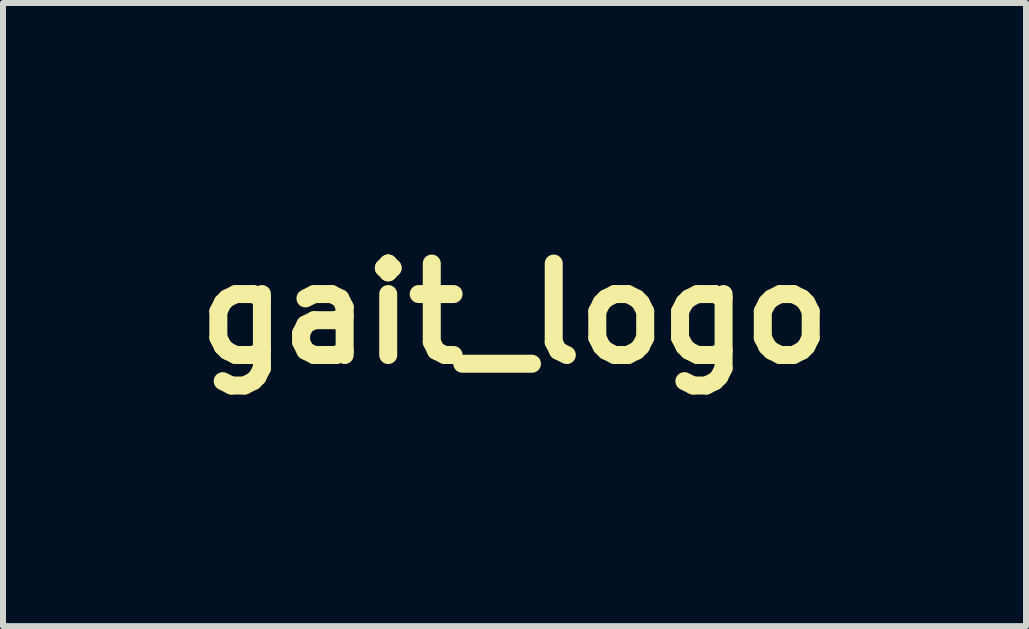
<source format=kicad_pcb>
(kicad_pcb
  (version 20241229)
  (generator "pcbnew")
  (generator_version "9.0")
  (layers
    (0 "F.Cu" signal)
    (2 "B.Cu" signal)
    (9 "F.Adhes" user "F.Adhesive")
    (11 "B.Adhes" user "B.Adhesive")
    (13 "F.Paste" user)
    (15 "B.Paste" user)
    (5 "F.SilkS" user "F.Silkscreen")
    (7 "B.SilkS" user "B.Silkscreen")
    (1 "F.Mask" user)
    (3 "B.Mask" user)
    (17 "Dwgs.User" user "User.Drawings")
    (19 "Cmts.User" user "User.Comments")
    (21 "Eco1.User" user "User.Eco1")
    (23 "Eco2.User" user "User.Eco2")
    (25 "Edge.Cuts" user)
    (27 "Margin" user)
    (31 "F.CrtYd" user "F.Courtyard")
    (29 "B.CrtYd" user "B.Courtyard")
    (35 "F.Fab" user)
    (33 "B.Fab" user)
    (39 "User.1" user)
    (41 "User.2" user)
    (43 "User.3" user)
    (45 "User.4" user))
  (footprint "gait_logo"
    (layer "F.Cu")
    (at 5.523 2.176)
    (property "Reference" "gait_logo" (at 0 0 0) (layer "F.SilkS") (effects (font (size 1.524 1.524) (thickness 0.3))))
    (attr through_hole)
    (fp_poly (pts (xy 1.65 -0.082) (xy 1.627 0.074) (xy 1.56 0.229) (xy 1.453 0.375) (xy 1.427 0.402) (xy 1.298 0.506) (xy 1.165 0.567) (xy 1.034 0.584) (xy 0.912 0.555) (xy 0.862 0.527) (xy 0.788 0.456) (xy 0.719 0.354) (xy 0.665 0.24) (xy 0.637 0.134) (xy 0.635 0.104) (xy 0.651 0.008) (xy 0.692 -0.064) (xy 0.753 -0.1) (xy 0.773 -0.102) (xy 0.817 -0.095) (xy 0.855 -0.069) (xy 0.895 -0.015) (xy 0.942 0.075) (xy 0.964 0.12) (xy 1.018 0.225) (xy 1.063 0.288) (xy 1.107 0.315) (xy 1.157 0.313) (xy 1.179 0.305) (xy 1.249 0.265) (xy 1.335 0.194) (xy 1.426 0.106) (xy 1.51 0.013) (xy 1.574 -0.075) (xy 1.589 -0.101) (xy 1.649 -0.216) (xy 1.65 -0.082)) (stroke (width 0.01) (type solid)) (fill yes) (layer "F.Mask"))
    (fp_poly (pts (xy -0.058 -0.712) (xy 0.031 -0.661) (xy 0.122 -0.593) (xy 0.205 -0.517) (xy 0.268 -0.443) (xy 0.302 -0.381) (xy 0.305 -0.363) (xy 0.29 -0.269) (xy 0.246 -0.216) (xy 0.176 -0.203) (xy 0.082 -0.231) (xy -0.033 -0.301) (xy -0.073 -0.331) (xy -0.156 -0.391) (xy -0.232 -0.435) (xy -0.285 -0.456) (xy -0.292 -0.457) (xy -0.349 -0.437) (xy -0.416 -0.381) (xy -0.432 -0.364) (xy -0.481 -0.298) (xy -0.535 -0.211) (xy -0.587 -0.115) (xy -0.63 -0.025) (xy -0.656 0.044) (xy -0.66 0.07) (xy -0.676 0.099) (xy -0.686 0.102) (xy -0.698 0.077) (xy -0.706 0.01) (xy -0.711 -0.094) (xy -0.711 -0.154) (xy -0.709 -0.289) (xy -0.7 -0.387) (xy -0.679 -0.461) (xy -0.644 -0.525) (xy -0.589 -0.591) (xy -0.575 -0.605) (xy -0.455 -0.706) (xy -0.33 -0.756) (xy -0.196 -0.756) (xy -0.058 -0.712)) (stroke (width 0.01) (type solid)) (fill yes) (layer "F.Mask"))
    (fp_poly (pts (xy -0.563 -2.17) (xy -0.474 -2.162) (xy -0.401 -2.145) (xy -0.326 -2.116) (xy -0.298 -2.103) (xy -0.154 -2.016) (xy -0.01 -1.897) (xy 0.119 -1.758) (xy 0.218 -1.616) (xy 0.225 -1.603) (xy 0.277 -1.489) (xy 0.319 -1.358) (xy 0.354 -1.2) (xy 0.383 -1.008) (xy 0.408 -0.775) (xy 0.412 -0.737) (xy 0.424 -0.599) (xy 0.434 -0.506) (xy 0.442 -0.452) (xy 0.45 -0.433) (xy 0.46 -0.441) (xy 0.472 -0.472) (xy 0.474 -0.476) (xy 0.534 -0.594) (xy 0.62 -0.668) (xy 0.729 -0.698) (xy 0.748 -0.699) (xy 0.861 -0.676) (xy 0.951 -0.617) (xy 1.01 -0.53) (xy 1.032 -0.426) (xy 1.012 -0.315) (xy 1.004 -0.297) (xy 0.937 -0.209) (xy 0.842 -0.152) (xy 0.735 -0.134) (xy 0.7 -0.138) (xy 0.622 -0.172) (xy 0.542 -0.235) (xy 0.483 -0.31) (xy 0.473 -0.33) (xy 0.467 -0.326) (xy 0.466 -0.28) (xy 0.47 -0.203) (xy 0.472 -0.181) (xy 0.516 0.115) (xy 0.605 0.405) (xy 0.714 0.646) (xy 0.835 0.921) (xy 0.91 1.178) (xy 0.938 1.419) (xy 0.92 1.646) (xy 0.903 1.724) (xy 0.834 1.896) (xy 0.731 2.031) (xy 0.595 2.128) (xy 0.428 2.185) (xy 0.307 2.2) (xy 0.21 2.201) (xy 0.124 2.196) (xy 0.076 2.188) (xy -0.067 2.124) (xy -0.192 2.029) (xy -0.247 1.973) (xy -0.326 1.88) (xy -0.384 1.792) (xy -0.43 1.689) (xy -0.472 1.568) (xy -0.499 1.487) (xy -0.522 1.444) (xy -0.553 1.425) (xy -0.602 1.421) (xy -0.608 1.421) (xy -0.699 1.419) (xy -0.617 1.378) (xy -0.562 1.345) (xy -0.545 1.308) (xy -0.55 1.272) (xy -0.564 1.221) (xy -0.572 1.199) (xy -0.594 1.21) (xy -0.652 1.244) (xy -0.739 1.297) (xy -0.847 1.365) (xy -0.955 1.434) (xy -1.08 1.513) (xy -1.19 1.581) (xy -1.28 1.633) (xy -1.341 1.667) (xy -1.365 1.676) (xy -1.393 1.667) (xy -1.393 1.638) (xy -1.363 1.585) (xy -1.301 1.508) (xy -1.205 1.402) (xy -1.074 1.266) (xy -1.029 1.22) (xy -0.989 1.179) (xy -0.472 1.179) (xy -0.472 1.18) (xy -0.46 1.238) (xy -0.458 1.265) (xy -0.438 1.27) (xy -0.385 1.254) (xy -0.311 1.221) (xy -0.226 1.176) (xy -0.14 1.127) (xy -0.065 1.076) (xy -0.038 1.056) (xy 0.01 1.01) (xy 0.022 0.976) (xy 0.01 0.948) (xy -0.03 0.907) (xy -0.085 0.898) (xy -0.161 0.923) (xy -0.266 0.981) (xy -0.305 1.007) (xy -0.395 1.069) (xy -0.448 1.114) (xy -0.471 1.148) (xy -0.472 1.179) (xy -0.989 1.179) (xy -0.88 1.067) (xy -0.77 0.948) (xy -0.697 0.861) (xy -0.663 0.806) (xy -0.66 0.794) (xy -0.671 0.73) (xy -0.699 0.635) (xy -0.74 0.525) (xy -0.786 0.415) (xy -0.834 0.32) (xy -0.844 0.302) (xy -0.885 0.243) (xy -0.951 0.156) (xy -1.035 0.052) (xy -1.13 -0.059) (xy -1.167 -0.102) (xy -1.342 -0.316) (xy -1.474 -0.516) (xy -1.567 -0.708) (xy -1.623 -0.899) (xy -1.643 -1.075) (xy -1.544 -1.075) (xy -1.524 -0.91) (xy -1.515 -0.87) (xy -1.479 -0.749) (xy -1.433 -0.637) (xy -1.372 -0.527) (xy -1.289 -0.407) (xy -1.179 -0.269) (xy -1.09 -0.164) (xy -0.963 -0.015) (xy -0.866 0.105) (xy -0.792 0.206) (xy -0.736 0.296) (xy -0.692 0.383) (xy -0.655 0.476) (xy -0.634 0.537) (xy -0.604 0.627) (xy -0.58 0.696) (xy -0.567 0.732) (xy -0.566 0.734) (xy -0.545 0.727) (xy -0.509 0.699) (xy -0.479 0.669) (xy -0.476 0.643) (xy -0.501 0.606) (xy -0.534 0.567) (xy -0.594 0.477) (xy -0.606 0.393) (xy -0.57 0.311) (xy -0.57 0.31) (xy -0.511 0.267) (xy -0.423 0.261) (xy -0.312 0.293) (xy -0.182 0.359) (xy -0.035 0.459) (xy 0.072 0.546) (xy 0.216 0.681) (xy 0.316 0.799) (xy 0.372 0.902) (xy 0.385 0.996) (xy 0.359 1.082) (xy 0.332 1.122) (xy 0.262 1.183) (xy 0.153 1.246) (xy 0.017 1.303) (xy -0.134 1.35) (xy -0.209 1.368) (xy -0.41 1.409) (xy -0.395 1.486) (xy -0.377 1.548) (xy -0.342 1.636) (xy -0.303 1.721) (xy -0.2 1.883) (xy -0.071 2.003) (xy 0.079 2.079) (xy 0.248 2.108) (xy 0.431 2.09) (xy 0.469 2.08) (xy 0.596 2.019) (xy 0.699 1.917) (xy 0.776 1.779) (xy 0.823 1.609) (xy 0.838 1.423) (xy 0.829 1.268) (xy 0.799 1.114) (xy 0.744 0.951) (xy 0.661 0.765) (xy 0.636 0.713) (xy 0.571 0.578) (xy 0.517 0.45) (xy 0.473 0.323) (xy 0.436 0.187) (xy 0.404 0.034) (xy 0.376 -0.143) (xy 0.351 -0.352) (xy 0.325 -0.601) (xy 0.318 -0.682) (xy 0.291 -0.935) (xy 0.262 -1.143) (xy 0.228 -1.315) (xy 0.186 -1.457) (xy 0.134 -1.575) (xy 0.069 -1.678) (xy -0.01 -1.772) (xy -0.083 -1.842) (xy -0.21 -1.946) (xy -0.328 -2.014) (xy -0.455 -2.053) (xy -0.606 -2.069) (xy -0.686 -2.07) (xy -0.806 -2.068) (xy -0.892 -2.061) (xy -0.959 -2.045) (xy -1.023 -2.019) (xy -1.055 -2.003) (xy -1.18 -1.919) (xy -1.302 -1.805) (xy -1.407 -1.677) (xy -1.477 -1.556) (xy -1.519 -1.417) (xy -1.541 -1.25) (xy -1.544 -1.075) (xy -1.643 -1.075) (xy -1.646 -1.098) (xy -1.643 -1.251) (xy -1.605 -1.466) (xy -1.524 -1.667) (xy -1.404 -1.845) (xy -1.251 -1.994) (xy -1.073 -2.103) (xy -0.993 -2.136) (xy -0.92 -2.157) (xy -0.836 -2.167) (xy -0.722 -2.171) (xy -0.686 -2.171) (xy -0.563 -2.17)) (stroke (width 0.01) (type solid)) (fill yes) (layer "F.Mask")))
  (gr_rect
    (start -3 -3)
    (end 14.045 7.383)
    (stroke (width 0.1) (type default))
    (fill no)
    (layer "Edge.Cuts")))
</source>
